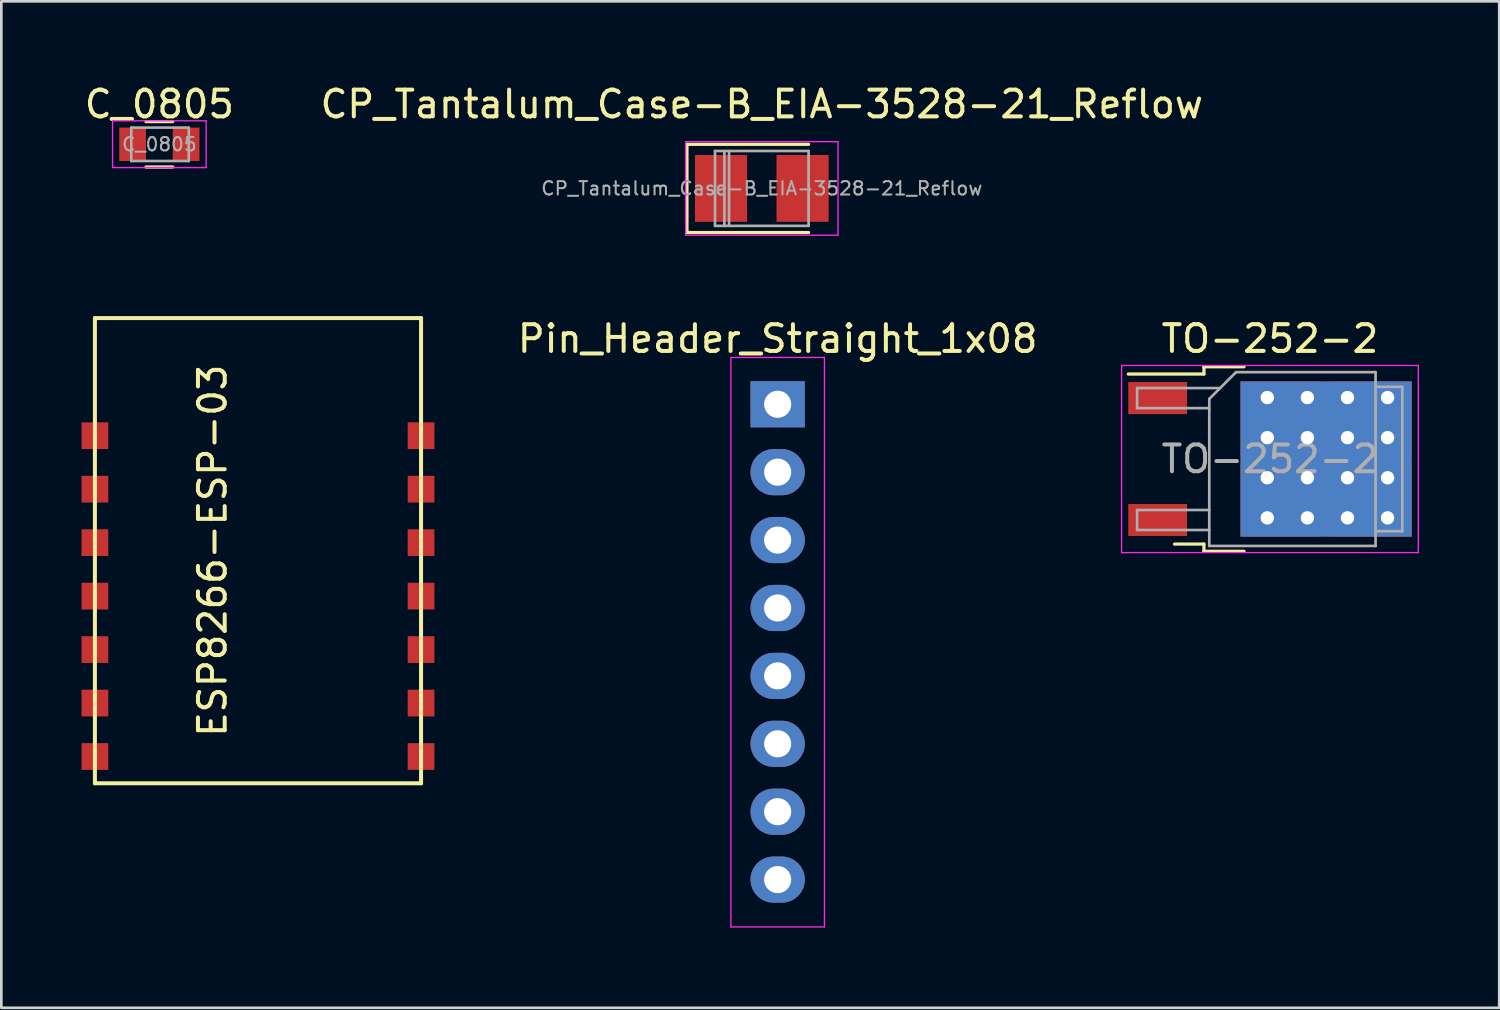
<source format=kicad_pcb>
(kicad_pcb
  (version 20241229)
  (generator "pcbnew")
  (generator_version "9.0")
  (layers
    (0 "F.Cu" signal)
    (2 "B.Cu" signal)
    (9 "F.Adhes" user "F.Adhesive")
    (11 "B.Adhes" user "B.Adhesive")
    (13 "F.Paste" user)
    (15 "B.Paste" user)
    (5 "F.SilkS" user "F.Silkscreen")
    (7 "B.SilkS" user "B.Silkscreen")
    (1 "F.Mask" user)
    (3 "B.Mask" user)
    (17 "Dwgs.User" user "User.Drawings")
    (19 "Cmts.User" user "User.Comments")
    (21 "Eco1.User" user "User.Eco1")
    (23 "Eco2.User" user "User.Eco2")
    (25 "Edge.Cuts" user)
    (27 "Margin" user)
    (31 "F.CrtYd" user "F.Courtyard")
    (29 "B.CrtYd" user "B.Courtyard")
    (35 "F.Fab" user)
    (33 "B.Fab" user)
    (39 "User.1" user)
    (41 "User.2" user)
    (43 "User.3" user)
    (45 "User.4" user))
  (footprint "C_0805"
    (layer "F.Cu")
    (at 2.911 2.348)
    (property "Reference" "C_0805" (at 0 -1.5 0) (layer "F.SilkS") (effects (font (size 1 1) (thickness 0.15))))
    (attr smd)
    (fp_line (start -0.5 0.85) (end 0.5 0.85) (stroke (width 0.12) (type solid)) (layer "F.SilkS"))
    (fp_line (start 0.5 -0.85) (end -0.5 -0.85) (stroke (width 0.12) (type solid)) (layer "F.SilkS"))
    (fp_line (start -1.75 -0.88) (end -1.75 0.87) (stroke (width 0.05) (type solid)) (layer "F.CrtYd"))
    (fp_line (start -1.75 -0.88) (end 1.75 -0.88) (stroke (width 0.05) (type solid)) (layer "F.CrtYd"))
    (fp_line (start 1.75 0.87) (end -1.75 0.87) (stroke (width 0.05) (type solid)) (layer "F.CrtYd"))
    (fp_line (start 1.75 0.87) (end 1.75 -0.88) (stroke (width 0.05) (type solid)) (layer "F.CrtYd"))
    (fp_line (start -1.05 -0.625) (end 1.1 -0.625) (stroke (width 0.1) (type solid)) (layer "F.Fab"))
    (fp_line (start -1.05 0.625) (end -1.05 -0.625) (stroke (width 0.1) (type solid)) (layer "F.Fab"))
    (fp_line (start 1.1 -0.62) (end 1.1 0.625) (stroke (width 0.1) (type solid)) (layer "F.Fab"))
    (fp_line (start 1.1 0.625) (end -1.05 0.625) (stroke (width 0.1) (type solid)) (layer "F.Fab"))
    (fp_text user "${REFERENCE}" (at 0 0 0) (layer "F.Fab") (effects (font (size 0.5 0.5) (thickness 0.075))))
    (pad "1" smd rect (at -1 0) (size 1 1.25) (layers "F.Cu" "F.Mask" "F.Paste"))
    (pad "2" smd rect (at 1 0) (size 1 1.25) (layers "F.Cu" "F.Mask" "F.Paste")))
  (footprint "TO-252-2"
    (layer "F.Cu")
    (at 44.454 14.121)
    (property "Reference" "TO-252-2" (at 0 -4.5 0) (layer "F.SilkS") (effects (font (size 1 1) (thickness 0.15))))
    (attr smd)
    (fp_line (start -2.47 -3.45) (end -2.47 -3.18) (stroke (width 0.12) (type solid)) (layer "F.SilkS"))
    (fp_line (start -2.47 -3.18) (end -5.3 -3.18) (stroke (width 0.12) (type solid)) (layer "F.SilkS"))
    (fp_line (start -2.47 3.18) (end -3.57 3.18) (stroke (width 0.12) (type solid)) (layer "F.SilkS"))
    (fp_line (start -2.47 3.45) (end -2.47 3.18) (stroke (width 0.12) (type solid)) (layer "F.SilkS"))
    (fp_line (start -0.97 -3.45) (end -2.47 -3.45) (stroke (width 0.12) (type solid)) (layer "F.SilkS"))
    (fp_line (start -0.97 3.45) (end -2.47 3.45) (stroke (width 0.12) (type solid)) (layer "F.SilkS"))
    (fp_line (start -5.55 -3.5) (end -5.55 3.5) (stroke (width 0.05) (type solid)) (layer "F.CrtYd"))
    (fp_line (start -5.55 3.5) (end 5.55 3.5) (stroke (width 0.05) (type solid)) (layer "F.CrtYd"))
    (fp_line (start 5.55 -3.5) (end -5.55 -3.5) (stroke (width 0.05) (type solid)) (layer "F.CrtYd"))
    (fp_line (start 5.55 3.5) (end 5.55 -3.5) (stroke (width 0.05) (type solid)) (layer "F.CrtYd"))
    (fp_line (start -4.97 -2.655) (end -4.97 -1.905) (stroke (width 0.1) (type solid)) (layer "F.Fab"))
    (fp_line (start -4.97 -1.905) (end -2.27 -1.905) (stroke (width 0.1) (type solid)) (layer "F.Fab"))
    (fp_line (start -4.97 1.905) (end -4.97 2.655) (stroke (width 0.1) (type solid)) (layer "F.Fab"))
    (fp_line (start -4.97 2.655) (end -2.27 2.655) (stroke (width 0.1) (type solid)) (layer "F.Fab"))
    (fp_line (start -2.27 -2.25) (end -1.27 -3.25) (stroke (width 0.1) (type solid)) (layer "F.Fab"))
    (fp_line (start -2.27 1.905) (end -4.97 1.905) (stroke (width 0.1) (type solid)) (layer "F.Fab"))
    (fp_line (start -2.27 3.25) (end -2.27 -2.25) (stroke (width 0.1) (type solid)) (layer "F.Fab"))
    (fp_line (start -1.865 -2.655) (end -4.97 -2.655) (stroke (width 0.1) (type solid)) (layer "F.Fab"))
    (fp_line (start -1.27 -3.25) (end 3.95 -3.25) (stroke (width 0.1) (type solid)) (layer "F.Fab"))
    (fp_line (start 3.95 -3.25) (end 3.95 3.25) (stroke (width 0.1) (type solid)) (layer "F.Fab"))
    (fp_line (start 3.95 -2.7) (end 4.95 -2.7) (stroke (width 0.1) (type solid)) (layer "F.Fab"))
    (fp_line (start 3.95 3.25) (end -2.27 3.25) (stroke (width 0.1) (type solid)) (layer "F.Fab"))
    (fp_line (start 4.95 -2.7) (end 4.95 2.7) (stroke (width 0.1) (type solid)) (layer "F.Fab"))
    (fp_line (start 4.95 2.7) (end 3.95 2.7) (stroke (width 0.1) (type solid)) (layer "F.Fab"))
    (fp_text user "${REFERENCE}" (at 0 0 0) (layer "F.Fab") (effects (font (size 1 1) (thickness 0.15))))
    (pad "1" smd rect (at -4.2 -2.28) (size 2.2 1.2) (layers "F.Cu" "F.Mask" "F.Paste"))
    (pad "2" thru_hole circle (at -0.1 -2.3) (size 0.5 0.5) (drill 0.5) (layers "*.Cu" "*.Mask"))
    (pad "2" thru_hole circle (at -0.1 -0.8) (size 0.5 0.5) (drill 0.5) (layers "*.Cu" "*.Mask"))
    (pad "2" thru_hole circle (at -0.1 0.7) (size 0.5 0.5) (drill 0.5) (layers "*.Cu" "*.Mask"))
    (pad "2" thru_hole circle (at -0.1 2.2) (size 0.5 0.5) (drill 0.5) (layers "*.Cu" "*.Mask"))
    (pad "2" smd rect (at 0.425 -1.525) (size 3.05 2.75) (layers "F.Cu" "F.Paste"))
    (pad "2" smd rect (at 0.425 1.525) (size 3.05 2.75) (layers "F.Cu" "F.Paste"))
    (pad "2" thru_hole circle (at 1.4 -2.3) (size 0.5 0.5) (drill 0.5) (layers "*.Cu" "*.Mask"))
    (pad "2" thru_hole circle (at 1.4 -0.8) (size 0.5 0.5) (drill 0.5) (layers "*.Cu" "*.Mask"))
    (pad "2" thru_hole circle (at 1.4 0.7) (size 0.5 0.5) (drill 0.5) (layers "*.Cu" "*.Mask"))
    (pad "2" thru_hole circle (at 1.4 2.2) (size 0.5 0.5) (drill 0.5) (layers "*.Cu" "*.Mask"))
    (pad "2" smd rect (at 2.1 0) (size 6.4 5.8) (layers "F.Cu" "F.Mask"))
    (pad "2" smd rect (at 2.1 0) (size 6.4 5.8) (layers "B.Cu" "B.Mask"))
    (pad "2" thru_hole circle (at 2.9 -2.3) (size 0.5 0.5) (drill 0.5) (layers "*.Cu" "*.Mask"))
    (pad "2" thru_hole circle (at 2.9 -0.8) (size 0.5 0.5) (drill 0.5) (layers "*.Cu" "*.Mask"))
    (pad "2" thru_hole circle (at 2.9 0.7) (size 0.5 0.5) (drill 0.5) (layers "*.Cu" "*.Mask"))
    (pad "2" thru_hole circle (at 2.9 2.2) (size 0.5 0.5) (drill 0.5) (layers "*.Cu" "*.Mask"))
    (pad "2" smd rect (at 3.775 -1.525) (size 3.05 2.75) (layers "F.Cu" "F.Paste"))
    (pad "2" smd rect (at 3.775 1.525) (size 3.05 2.75) (layers "F.Cu" "F.Paste"))
    (pad "2" thru_hole circle (at 4.4 -2.3) (size 0.5 0.5) (drill 0.5) (layers "*.Cu" "*.Mask"))
    (pad "2" thru_hole circle (at 4.4 -0.8) (size 0.5 0.5) (drill 0.5) (layers "*.Cu" "*.Mask"))
    (pad "2" thru_hole circle (at 4.4 0.7) (size 0.5 0.5) (drill 0.5) (layers "*.Cu" "*.Mask"))
    (pad "2" thru_hole circle (at 4.4 2.2) (size 0.5 0.5) (drill 0.5) (layers "*.Cu" "*.Mask"))
    (pad "3" smd rect (at -4.2 2.28) (size 2.2 1.2) (layers "F.Cu" "F.Mask" "F.Paste")))
  (footprint "ESP8266-ESP-03"
    (layer "F.Cu")
    (at 6.6 19.348)
    (property "Reference" "ESP8266-ESP-03" (at -1.7 -1.8 90) (layer "F.SilkS") (effects (font (size 1 1) (thickness 0.15))))
    (attr through_hole)
    (fp_line (start -6.1 -10.5) (end 6.1 -10.5) (stroke (width 0.15) (type solid)) (layer "F.SilkS"))
    (fp_line (start -6.1 6.9) (end -6.1 -10.5) (stroke (width 0.15) (type solid)) (layer "F.SilkS"))
    (fp_line (start 6.1 -10.5) (end 6.1 6.9) (stroke (width 0.15) (type solid)) (layer "F.SilkS"))
    (fp_line (start 6.1 6.9) (end -6.1 6.9) (stroke (width 0.15) (type solid)) (layer "F.SilkS"))
    (pad "1" smd rect (at 6.1 5.9) (size 1 1) (layers "F.Cu" "F.Mask" "F.Paste"))
    (pad "2" smd rect (at 6.1 3.9) (size 1 1) (layers "F.Cu" "F.Mask" "F.Paste"))
    (pad "3" smd rect (at 6.1 1.9) (size 1 1) (layers "F.Cu" "F.Mask" "F.Paste"))
    (pad "4" smd rect (at 6.1 -0.1) (size 1 1) (layers "F.Cu" "F.Mask" "F.Paste"))
    (pad "5" smd rect (at 6.1 -2.1) (size 1 1) (layers "F.Cu" "F.Mask" "F.Paste"))
    (pad "6" smd rect (at 6.1 -4.1) (size 1 1) (layers "F.Cu" "F.Mask" "F.Paste"))
    (pad "7" smd rect (at 6.1 -6.1) (size 1 1) (layers "F.Cu" "F.Mask" "F.Paste"))
    (pad "8" smd rect (at -6.1 -6.1) (size 1 1) (layers "F.Cu" "F.Mask" "F.Paste"))
    (pad "9" smd rect (at -6.1 -4.1) (size 1 1) (layers "F.Cu" "F.Mask" "F.Paste"))
    (pad "10" smd rect (at -6.1 -2.1) (size 1 1) (layers "F.Cu" "F.Mask" "F.Paste"))
    (pad "11" smd rect (at -6.1 -0.1) (size 1 1) (layers "F.Cu" "F.Mask" "F.Paste"))
    (pad "12" smd rect (at -6.1 1.9) (size 1 1) (layers "F.Cu" "F.Mask" "F.Paste"))
    (pad "13" smd rect (at -6.1 3.9) (size 1 1) (layers "F.Cu" "F.Mask" "F.Paste"))
    (pad "14" smd rect (at -6.1 5.9) (size 1 1) (layers "F.Cu" "F.Mask" "F.Paste")))
  (footprint "Pin_Header_Straight_1x08"
    (layer "F.Cu")
    (at 26.039 12.072)
    (property "Reference" "Pin_Header_Straight_1x08" (at 0 -2.45 0) (layer "F.SilkS") (effects (font (size 1 1) (thickness 0.15))))
    (attr through_hole)
    (fp_line (start -1.75 -1.75) (end -1.75 19.55) (stroke (width 0.05) (type solid)) (layer "F.CrtYd"))
    (fp_line (start -1.75 -1.75) (end 1.75 -1.75) (stroke (width 0.05) (type solid)) (layer "F.CrtYd"))
    (fp_line (start -1.75 19.55) (end 1.75 19.55) (stroke (width 0.05) (type solid)) (layer "F.CrtYd"))
    (fp_line (start 1.75 -1.75) (end 1.75 19.55) (stroke (width 0.05) (type solid)) (layer "F.CrtYd"))
    (pad "1" thru_hole rect (at 0 0) (size 2.032 1.727) (drill 1.016) (layers "*.Cu" "*.Mask"))
    (pad "2" thru_hole oval (at 0 2.54) (size 2.032 1.727) (drill 1.016) (layers "*.Cu" "*.Mask"))
    (pad "3" thru_hole oval (at 0 5.08) (size 2.032 1.727) (drill 1.016) (layers "*.Cu" "*.Mask"))
    (pad "4" thru_hole oval (at 0 7.62) (size 2.032 1.727) (drill 1.016) (layers "*.Cu" "*.Mask"))
    (pad "5" thru_hole oval (at 0 10.16) (size 2.032 1.727) (drill 1.016) (layers "*.Cu" "*.Mask"))
    (pad "6" thru_hole oval (at 0 12.7) (size 2.032 1.727) (drill 1.016) (layers "*.Cu" "*.Mask"))
    (pad "7" thru_hole oval (at 0 15.24) (size 2.032 1.727) (drill 1.016) (layers "*.Cu" "*.Mask"))
    (pad "8" thru_hole oval (at 0 17.78) (size 2.032 1.727) (drill 1.016) (layers "*.Cu" "*.Mask")))
  (footprint "CP_Tantalum_Case-B_EIA-3528-21_Reflow"
    (layer "F.Cu")
    (at 25.446 3.998)
    (property "Reference" "CP_Tantalum_Case-B_EIA-3528-21_Reflow" (at 0 -3.15 0) (layer "F.SilkS") (effects (font (size 1 1) (thickness 0.15))))
    (attr smd)
    (fp_line (start -2.8 -1.65) (end -2.8 1.65) (stroke (width 0.12) (type solid)) (layer "F.SilkS"))
    (fp_line (start -2.8 -1.65) (end 1.75 -1.65) (stroke (width 0.12) (type solid)) (layer "F.SilkS"))
    (fp_line (start -2.8 1.65) (end 1.75 1.65) (stroke (width 0.12) (type solid)) (layer "F.SilkS"))
    (fp_line (start -2.85 -1.75) (end -2.85 1.75) (stroke (width 0.05) (type solid)) (layer "F.CrtYd"))
    (fp_line (start -2.85 1.75) (end 2.85 1.75) (stroke (width 0.05) (type solid)) (layer "F.CrtYd"))
    (fp_line (start 2.85 -1.75) (end -2.85 -1.75) (stroke (width 0.05) (type solid)) (layer "F.CrtYd"))
    (fp_line (start 2.85 1.75) (end 2.85 -1.75) (stroke (width 0.05) (type solid)) (layer "F.CrtYd"))
    (fp_line (start -1.75 -1.4) (end -1.75 1.4) (stroke (width 0.1) (type solid)) (layer "F.Fab"))
    (fp_line (start -1.75 1.4) (end 1.75 1.4) (stroke (width 0.1) (type solid)) (layer "F.Fab"))
    (fp_line (start -1.4 -1.4) (end -1.4 1.4) (stroke (width 0.1) (type solid)) (layer "F.Fab"))
    (fp_line (start -1.225 -1.4) (end -1.225 1.4) (stroke (width 0.1) (type solid)) (layer "F.Fab"))
    (fp_line (start 1.75 -1.4) (end -1.75 -1.4) (stroke (width 0.1) (type solid)) (layer "F.Fab"))
    (fp_line (start 1.75 1.4) (end 1.75 -1.4) (stroke (width 0.1) (type solid)) (layer "F.Fab"))
    (fp_text user "${REFERENCE}" (at 0 0 0) (layer "F.Fab") (effects (font (size 0.5 0.5) (thickness 0.075))))
    (pad "1" smd rect (at -1.525 0) (size 1.95 2.5) (layers "F.Cu" "F.Mask" "F.Paste"))
    (pad "2" smd rect (at 1.525 0) (size 1.95 2.5) (layers "F.Cu" "F.Mask" "F.Paste")))
  (gr_rect
    (start -3 -3)
    (end 53.029 34.647)
    (stroke (width 0.1) (type default))
    (fill no)
    (layer "Edge.Cuts")))
</source>
